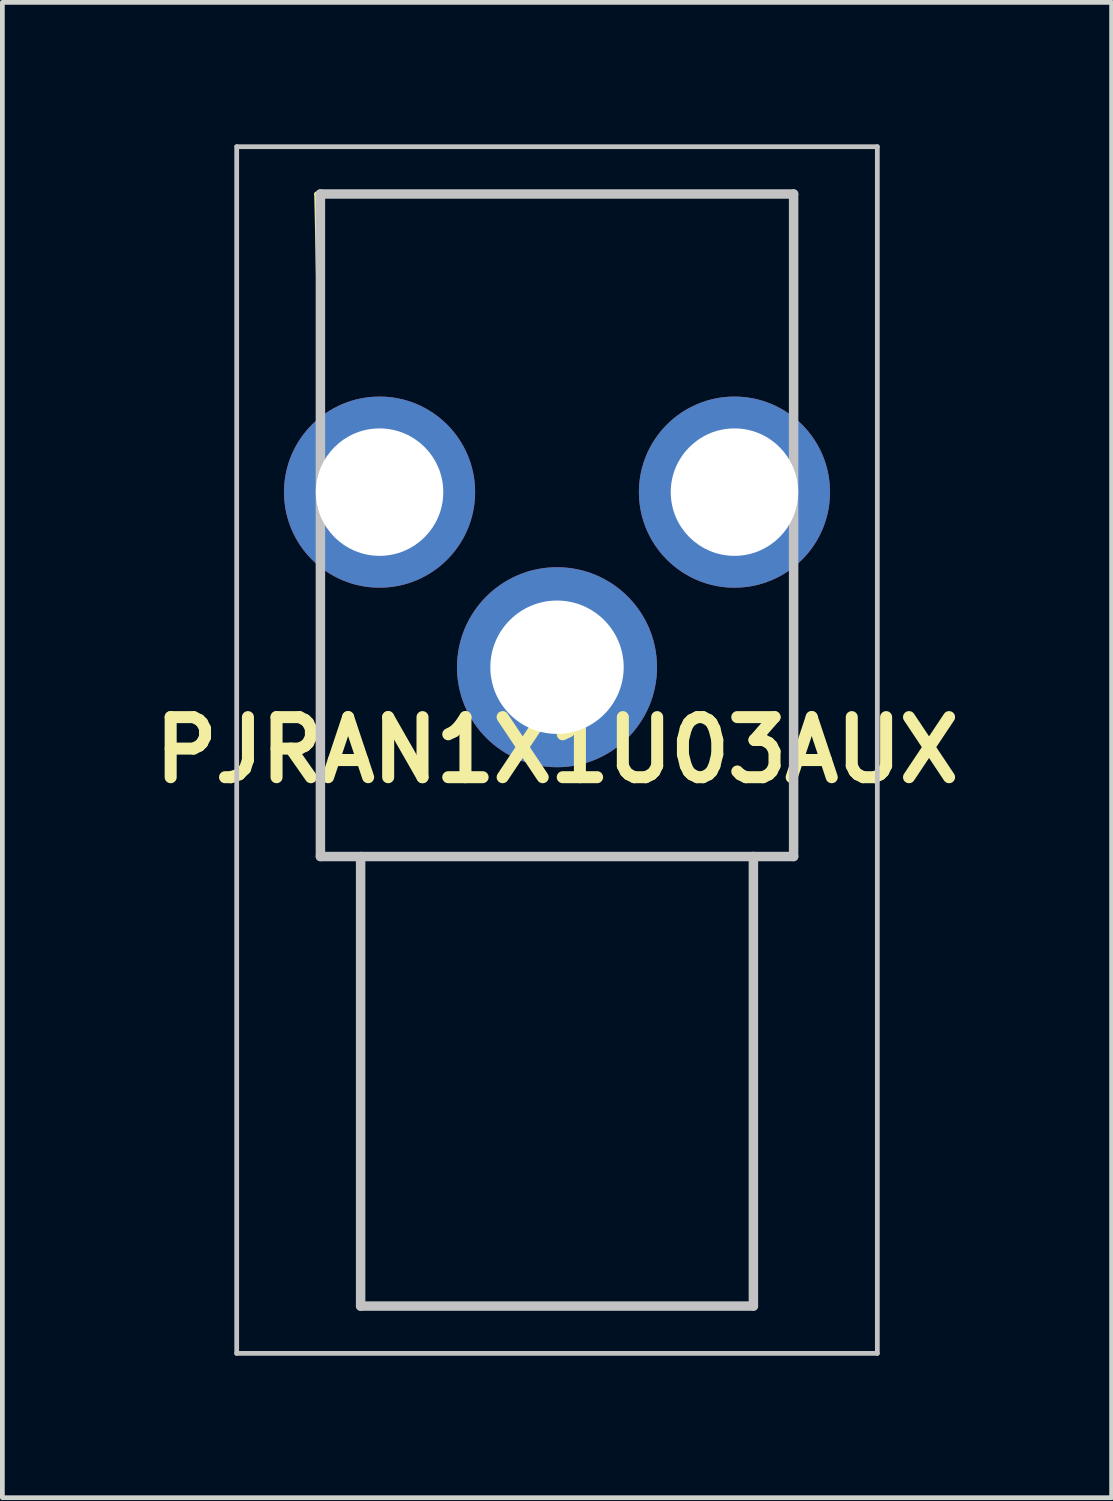
<source format=kicad_pcb>
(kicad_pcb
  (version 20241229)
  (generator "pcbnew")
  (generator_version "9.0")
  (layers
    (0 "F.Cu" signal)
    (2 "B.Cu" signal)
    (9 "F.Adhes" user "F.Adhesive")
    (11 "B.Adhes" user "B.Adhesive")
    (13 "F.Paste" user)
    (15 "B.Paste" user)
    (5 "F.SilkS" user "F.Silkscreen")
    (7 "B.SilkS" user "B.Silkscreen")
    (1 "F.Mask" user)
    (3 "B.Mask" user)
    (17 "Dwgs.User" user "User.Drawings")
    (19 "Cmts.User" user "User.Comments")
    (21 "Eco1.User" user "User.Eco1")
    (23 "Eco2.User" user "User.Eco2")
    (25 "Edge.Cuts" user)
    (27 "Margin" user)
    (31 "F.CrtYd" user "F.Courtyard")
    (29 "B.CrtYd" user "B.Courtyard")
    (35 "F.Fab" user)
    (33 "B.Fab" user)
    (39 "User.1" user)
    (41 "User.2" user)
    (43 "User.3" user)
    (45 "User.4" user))
  (footprint "PJRAN1X1U03AUX"
    (layer "F.Cu")
    (at 8.721 12.8)
    (property "Reference" "PJRAN1X1U03AUX" (at 0 0 0) (layer "F.SilkS") (effects (font (size 1.27 1.27) (thickness 0.254))))
    (attr through_hole)
    (fp_line (start -5.08 -11.75) (end 5 -11.75) (stroke (width 0.1) (type solid)) (layer "F.SilkS"))
    (fp_line (start -5 -7.99) (end -5.08 -11.75) (stroke (width 0.1) (type solid)) (layer "F.SilkS"))
    (fp_line (start -5 -2.91) (end -5 2.25) (stroke (width 0.1) (type solid)) (layer "F.SilkS"))
    (fp_line (start -5 2.25) (end 5 2.25) (stroke (width 0.1) (type solid)) (layer "F.SilkS"))
    (fp_line (start 5 -11.75) (end 5 -7.99) (stroke (width 0.1) (type solid)) (layer "F.SilkS"))
    (fp_line (start 5 -2.91) (end 5 -2.91) (stroke (width 0.1) (type solid)) (layer "F.SilkS"))
    (fp_line (start 5 2.25) (end 5 -2.91) (stroke (width 0.1) (type solid)) (layer "F.SilkS"))
    (fp_line (start -6.769 -12.75) (end 6.769 -12.75) (stroke (width 0.1) (type solid)) (layer "Dwgs.User"))
    (fp_line (start -6.769 12.75) (end -6.769 -12.75) (stroke (width 0.1) (type solid)) (layer "Dwgs.User"))
    (fp_line (start -5 -11.75) (end 5 -11.75) (stroke (width 0.2) (type solid)) (layer "Dwgs.User"))
    (fp_line (start -5 2.25) (end -5 -11.75) (stroke (width 0.2) (type solid)) (layer "Dwgs.User"))
    (fp_line (start -4.15 2.25) (end -4.15 11.75) (stroke (width 0.2) (type solid)) (layer "Dwgs.User"))
    (fp_line (start -4.15 11.75) (end 4.15 11.75) (stroke (width 0.2) (type solid)) (layer "Dwgs.User"))
    (fp_line (start 4.15 11.75) (end 4.15 2.25) (stroke (width 0.2) (type solid)) (layer "Dwgs.User"))
    (fp_line (start 5 -11.75) (end 5 2.25) (stroke (width 0.2) (type solid)) (layer "Dwgs.User"))
    (fp_line (start 5 2.25) (end -5 2.25) (stroke (width 0.2) (type solid)) (layer "Dwgs.User"))
    (fp_line (start 6.769 -12.75) (end 6.769 12.75) (stroke (width 0.1) (type solid)) (layer "Dwgs.User"))
    (fp_line (start 6.769 12.75) (end -6.769 12.75) (stroke (width 0.1) (type solid)) (layer "Dwgs.User"))
    (pad "1" thru_hole circle (at 0 -1.75) (size 4.227 4.227) (drill 2.818) (layers "*.Cu" "*.Mask"))
    (pad "2" thru_hole circle (at -3.75 -5.45) (size 4.039 4.039) (drill 2.693) (layers "*.Cu" "*.Mask"))
    (pad "3" thru_hole circle (at 3.75 -5.45) (size 4.039 4.039) (drill 2.693) (layers "*.Cu" "*.Mask")))
  (gr_rect
    (start -3 -3)
    (end 20.441 28.6)
    (stroke (width 0.1) (type default))
    (fill no)
    (layer "Edge.Cuts")))
</source>
